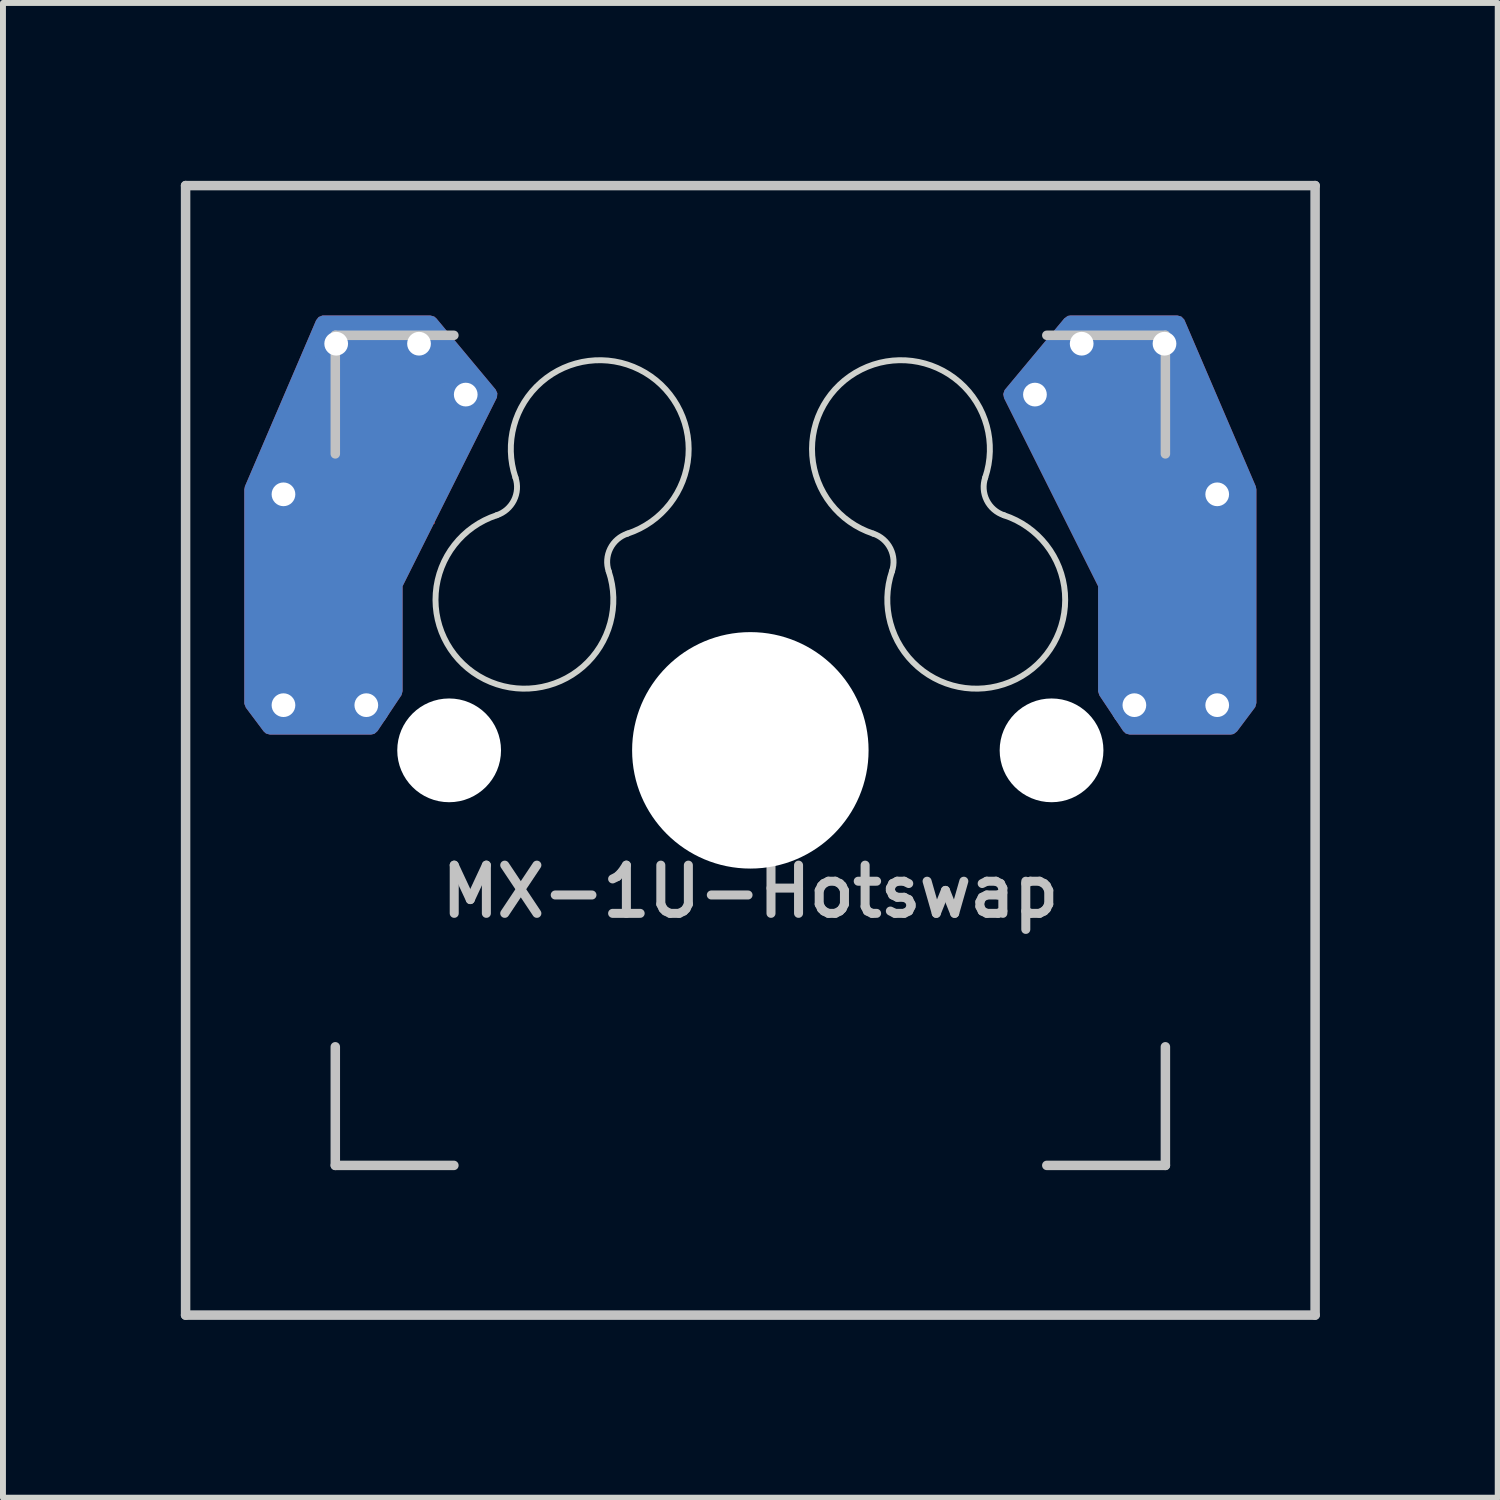
<source format=kicad_pcb>
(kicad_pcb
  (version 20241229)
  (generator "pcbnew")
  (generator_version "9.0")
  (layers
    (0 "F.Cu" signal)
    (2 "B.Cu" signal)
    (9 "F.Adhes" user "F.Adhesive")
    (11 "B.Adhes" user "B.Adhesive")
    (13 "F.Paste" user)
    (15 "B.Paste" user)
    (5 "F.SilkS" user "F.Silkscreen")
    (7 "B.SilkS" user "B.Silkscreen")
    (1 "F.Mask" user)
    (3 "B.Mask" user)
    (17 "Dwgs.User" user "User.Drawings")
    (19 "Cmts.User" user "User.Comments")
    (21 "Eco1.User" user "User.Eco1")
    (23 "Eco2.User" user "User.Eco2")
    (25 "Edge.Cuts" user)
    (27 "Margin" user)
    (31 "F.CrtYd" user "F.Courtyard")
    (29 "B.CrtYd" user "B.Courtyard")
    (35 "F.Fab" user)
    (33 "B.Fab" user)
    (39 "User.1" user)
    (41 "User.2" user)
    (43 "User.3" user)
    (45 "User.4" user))
  (footprint "MX-1U-Hotswap"
    (layer "F.Cu")
    (at 9.605 9.605)
    (property "Reference" "MX-1U-Hotswap" (at 0 2.381 0) (layer "Dwgs.User") (effects (font (size 0.813 0.813) (thickness 0.152))))
    (attr through_hole)
    (fp_line (start -9.525 -9.525) (end 9.525 -9.525) (stroke (width 0.16) (type solid)) (layer "Dwgs.User"))
    (fp_line (start -9.525 9.525) (end -9.525 -9.525) (stroke (width 0.16) (type solid)) (layer "Dwgs.User"))
    (fp_line (start -7 -7) (end -7 -5) (stroke (width 0.16) (type solid)) (layer "Dwgs.User"))
    (fp_line (start -7 5) (end -7 7) (stroke (width 0.16) (type solid)) (layer "Dwgs.User"))
    (fp_line (start -7 7) (end -5 7) (stroke (width 0.16) (type solid)) (layer "Dwgs.User"))
    (fp_line (start -5 -7) (end -7 -7) (stroke (width 0.16) (type solid)) (layer "Dwgs.User"))
    (fp_line (start 5 -7) (end 7 -7) (stroke (width 0.16) (type solid)) (layer "Dwgs.User"))
    (fp_line (start 5 7) (end 7 7) (stroke (width 0.16) (type solid)) (layer "Dwgs.User"))
    (fp_line (start 7 -7) (end 7 -5) (stroke (width 0.16) (type solid)) (layer "Dwgs.User"))
    (fp_line (start 7 7) (end 7 5) (stroke (width 0.16) (type solid)) (layer "Dwgs.User"))
    (fp_line (start 9.525 -9.525) (end 9.525 9.525) (stroke (width 0.16) (type solid)) (layer "Dwgs.User"))
    (fp_line (start 9.525 9.525) (end -9.525 9.525) (stroke (width 0.16) (type solid)) (layer "Dwgs.User"))
    (fp_line (start -1.191 -1.191) (end 1.191 1.191) (stroke (width 0.16) (type solid)) (layer "Cmts.User"))
    (fp_line (start -1.191 1.191) (end 1.191 -1.191) (stroke (width 0.16) (type solid)) (layer "Cmts.User"))
    (fp_arc (start -3.96108 -4.600241) (mid -3.987242 -4.216863) (end -4.277581 -3.965135) (stroke (width 0.1) (type solid)) (layer "Edge.Cuts"))
    (fp_arc (start -3.96108 -4.600241) (mid -1.869375 -6.421603) (end -2.070859 -3.655379) (stroke (width 0.1) (type solid)) (layer "Edge.Cuts"))
    (fp_arc (start -2.389 -3.02) (mid -4.481247 -1.198706) (end -4.277581 -3.965135) (stroke (width 0.1) (type solid)) (layer "Edge.Cuts"))
    (fp_arc (start -2.389 -3.02) (mid -2.362333 -3.403985) (end -2.070858 -3.655378) (stroke (width 0.1) (type solid)) (layer "Edge.Cuts"))
    (fp_arc (start 2.070858 -3.655378) (mid 2.362333 -3.403985) (end 2.389 -3.02) (stroke (width 0.1) (type solid)) (layer "Edge.Cuts"))
    (fp_arc (start 2.070859 -3.655379) (mid 1.869375 -6.421604) (end 3.96108 -4.600241) (stroke (width 0.1) (type solid)) (layer "Edge.Cuts"))
    (fp_arc (start 4.277581 -3.965135) (mid 4.481247 -1.198706) (end 2.389 -3.02) (stroke (width 0.1) (type solid)) (layer "Edge.Cuts"))
    (fp_arc (start 4.277581 -3.965135) (mid 3.987242 -4.216863) (end 3.96108 -4.600241) (stroke (width 0.1) (type solid)) (layer "Edge.Cuts"))
    (pad "" np_thru_hole circle (at -5.08 0 48) (size 1.75 1.75) (drill 1.75) (layers "*.Cu" "*.Mask"))
    (pad "" np_thru_hole circle (at 0 0) (size 3.988 3.988) (drill 3.988) (layers "*.Cu" "*.Mask"))
    (pad "" np_thru_hole circle (at 5.08 0 48) (size 1.75 1.75) (drill 1.75) (layers "*.Cu" "*.Mask"))
    (pad "1" thru_hole circle (at -7.874 -4.318) (size 0.8 0.8) (drill 0.4) (layers "*.Cu"))
    (pad "1" thru_hole circle (at -7.874 -0.762) (size 0.8 0.8) (drill 0.4) (layers "*.Cu"))
    (pad "1" smd custom (at -7.285 -2.54 180) (size 2.35 2.5) (layers "B.Cu") (options (anchor rect)) (primitives (gr_poly (pts (xy -1.285 -1.54) (xy -1.285 0.26) (xy -2.885 3.46) (xy -1.885 4.66) (xy -0.085 4.66) (xy 1.115 1.86) (xy 1.115 -1.74) (xy 0.815 -2.14) (xy -0.885 -2.14)) (width 0.27) (fill yes))))
    (pad "1" smd rect (at -7.2 -2.54 180) (size 2.35 2.5) (layers "B.Cu" "B.Mask" "B.Paste"))
    (pad "1" thru_hole circle (at -6.985 -6.858) (size 0.8 0.8) (drill 0.4) (layers "*.Cu"))
    (pad "1" smd custom (at -6.499 -5.067 180) (size 2.15 2.5) (layers "F.Cu") (options (anchor rect)) (primitives (gr_poly (pts (xy -0.499 -4.067) (xy -0.499 -2.267) (xy -2.099 0.933) (xy -1.099 2.133) (xy 0.701 2.133) (xy 1.901 -0.667) (xy 1.901 -4.267) (xy 1.601 -4.667) (xy -0.099 -4.667)) (width 0.27) (fill yes))))
    (pad "1" thru_hole circle (at -6.477 -0.762) (size 0.8 0.8) (drill 0.4) (layers "*.Cu"))
    (pad "1" smd rect (at -6.399 -5.067 180) (size 2.15 2.5) (layers "F.Cu" "F.Mask" "F.Paste"))
    (pad "1" thru_hole circle (at -5.588 -6.858) (size 0.8 0.8) (drill 0.4) (layers "*.Cu"))
    (pad "1" thru_hole circle (at -4.8 -6) (size 0.8 0.8) (drill 0.4) (layers "*.Cu"))
    (pad "2" thru_hole circle (at 4.8 -6) (size 0.8 0.8) (drill 0.4) (layers "*.Cu"))
    (pad "2" thru_hole circle (at 5.588 -6.858) (size 0.8 0.8) (drill 0.4) (layers "*.Cu"))
    (pad "2" smd rect (at 6.425 -5.067) (size 2.15 2.5) (layers "B.Cu" "B.Mask" "B.Paste"))
    (pad "2" smd custom (at 6.425 -5.067 180) (size 2.15 2.5) (layers "B.Cu") (options (anchor rect)) (primitives (gr_poly (pts (xy 0.425 -4.067) (xy 0.425 -2.267) (xy 2.025 0.933) (xy 1.025 2.133) (xy -0.775 2.133) (xy -1.975 -0.667) (xy -1.975 -4.267) (xy -1.675 -4.667) (xy 0.025 -4.667)) (width 0.27) (fill yes))))
    (pad "2" thru_hole circle (at 6.477 -0.762) (size 0.8 0.8) (drill 0.4) (layers "*.Cu"))
    (pad "2" thru_hole circle (at 6.985 -6.858) (size 0.8 0.8) (drill 0.4) (layers "*.Cu"))
    (pad "2" smd rect (at 7.212 -2.54) (size 2.35 2.5) (layers "F.Cu" "F.Mask" "F.Paste"))
    (pad "2" smd custom (at 7.212 -2.54 180) (size 2.35 2.5) (layers "F.Cu") (options (anchor rect)) (primitives (gr_poly (pts (xy 1.212 -1.54) (xy 1.212 0.26) (xy 2.812 3.46) (xy 1.812 4.66) (xy 0.012 4.66) (xy -1.188 1.86) (xy -1.188 -1.74) (xy -0.888 -2.14) (xy 0.812 -2.14)) (width 0.27) (fill yes))))
    (pad "2" thru_hole circle (at 7.874 -4.318) (size 0.8 0.8) (drill 0.4) (layers "*.Cu"))
    (pad "2" thru_hole circle (at 7.874 -0.762) (size 0.8 0.8) (drill 0.4) (layers "*.Cu")))
  (gr_rect
    (start -3 -3)
    (end 22.21 22.21)
    (stroke (width 0.1) (type default))
    (fill no)
    (layer "Edge.Cuts")))
</source>
